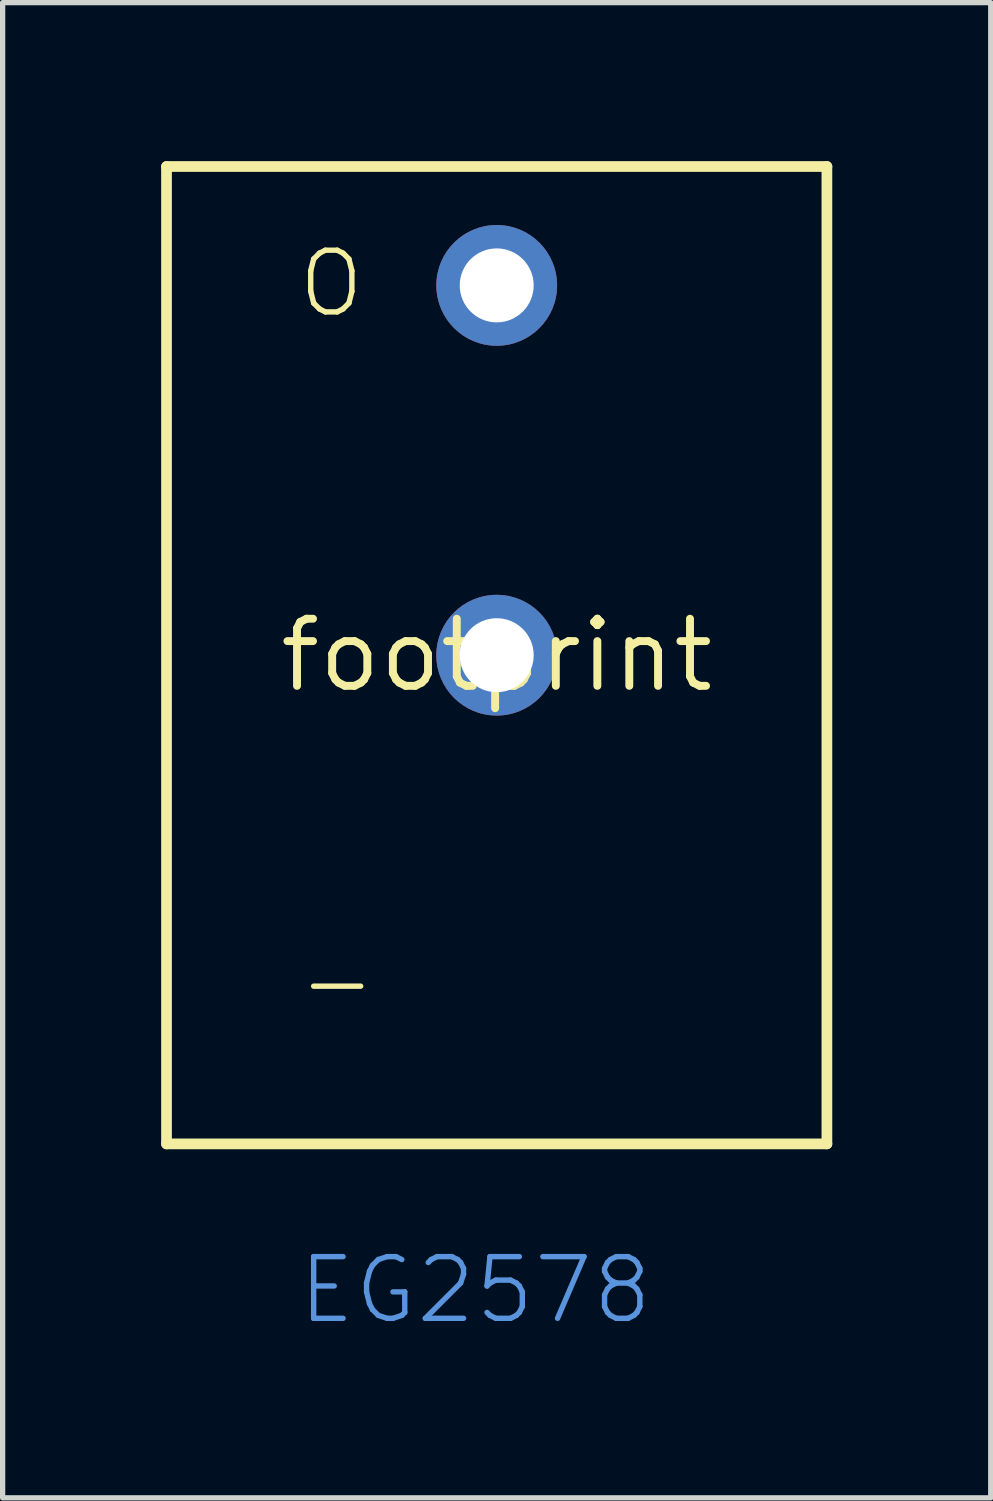
<source format=kicad_pcb>
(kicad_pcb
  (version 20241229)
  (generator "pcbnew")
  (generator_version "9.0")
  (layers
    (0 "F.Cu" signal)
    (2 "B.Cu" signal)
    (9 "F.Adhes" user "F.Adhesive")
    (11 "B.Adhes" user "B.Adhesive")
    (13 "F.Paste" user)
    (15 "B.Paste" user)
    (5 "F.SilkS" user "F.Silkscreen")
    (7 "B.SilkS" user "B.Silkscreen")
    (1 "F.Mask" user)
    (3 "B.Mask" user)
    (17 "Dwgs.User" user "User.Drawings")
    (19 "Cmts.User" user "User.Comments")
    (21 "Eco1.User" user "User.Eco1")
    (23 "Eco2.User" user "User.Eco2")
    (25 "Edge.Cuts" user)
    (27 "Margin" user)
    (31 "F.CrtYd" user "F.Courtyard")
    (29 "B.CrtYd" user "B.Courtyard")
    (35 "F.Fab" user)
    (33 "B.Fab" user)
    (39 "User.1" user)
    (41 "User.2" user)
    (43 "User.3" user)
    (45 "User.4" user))
  (footprint "footprint"
    (layer "F.Cu")
    (at 6.352 9.352)
    (property "Reference" "footprint" (at 0 0 0) (layer "F.SilkS") (effects (font (size 1.27 1.27) (thickness 0.15))))
    (fp_line (start -6.25 -9.25) (end 6.25 -9.25) (stroke (width 0.203) (type solid)) (layer "F.SilkS"))
    (fp_line (start -6.25 9.25) (end -6.25 -9.25) (stroke (width 0.203) (type solid)) (layer "F.SilkS"))
    (fp_line (start 6.25 -9.25) (end 6.25 9.25) (stroke (width 0.203) (type solid)) (layer "F.SilkS"))
    (fp_line (start 6.25 9.25) (end -6.25 9.25) (stroke (width 0.203) (type solid)) (layer "F.SilkS"))
    (fp_text user "O" (at -3.81 -6.35 0) (layer "F.SilkS") (effects (font (size 1.168 1.168) (thickness 0.102)) (justify left bottom)))
    (fp_text user "-" (at -3.81 6.858 0) (layer "F.SilkS") (effects (font (size 1.168 1.168) (thickness 0.102)) (justify left bottom)))
    (fp_text user "EG2578" (at -3.81 12.7 0) (layer "Cmts.User") (effects (font (size 1.168 1.168) (thickness 0.102)) (justify left bottom)))
    (pad "1" thru_hole circle (at 0 -7) (size 2.286 2.286) (drill 1.4) (layers "*.Cu" "*.Mask"))
    (pad "2" thru_hole circle (at 0 0) (size 2.286 2.286) (drill 1.4) (layers "*.Cu" "*.Mask")))
  (gr_rect
    (start -3 -3)
    (end 15.703 25.302)
    (stroke (width 0.1) (type default))
    (fill no)
    (layer "Edge.Cuts")))
</source>
